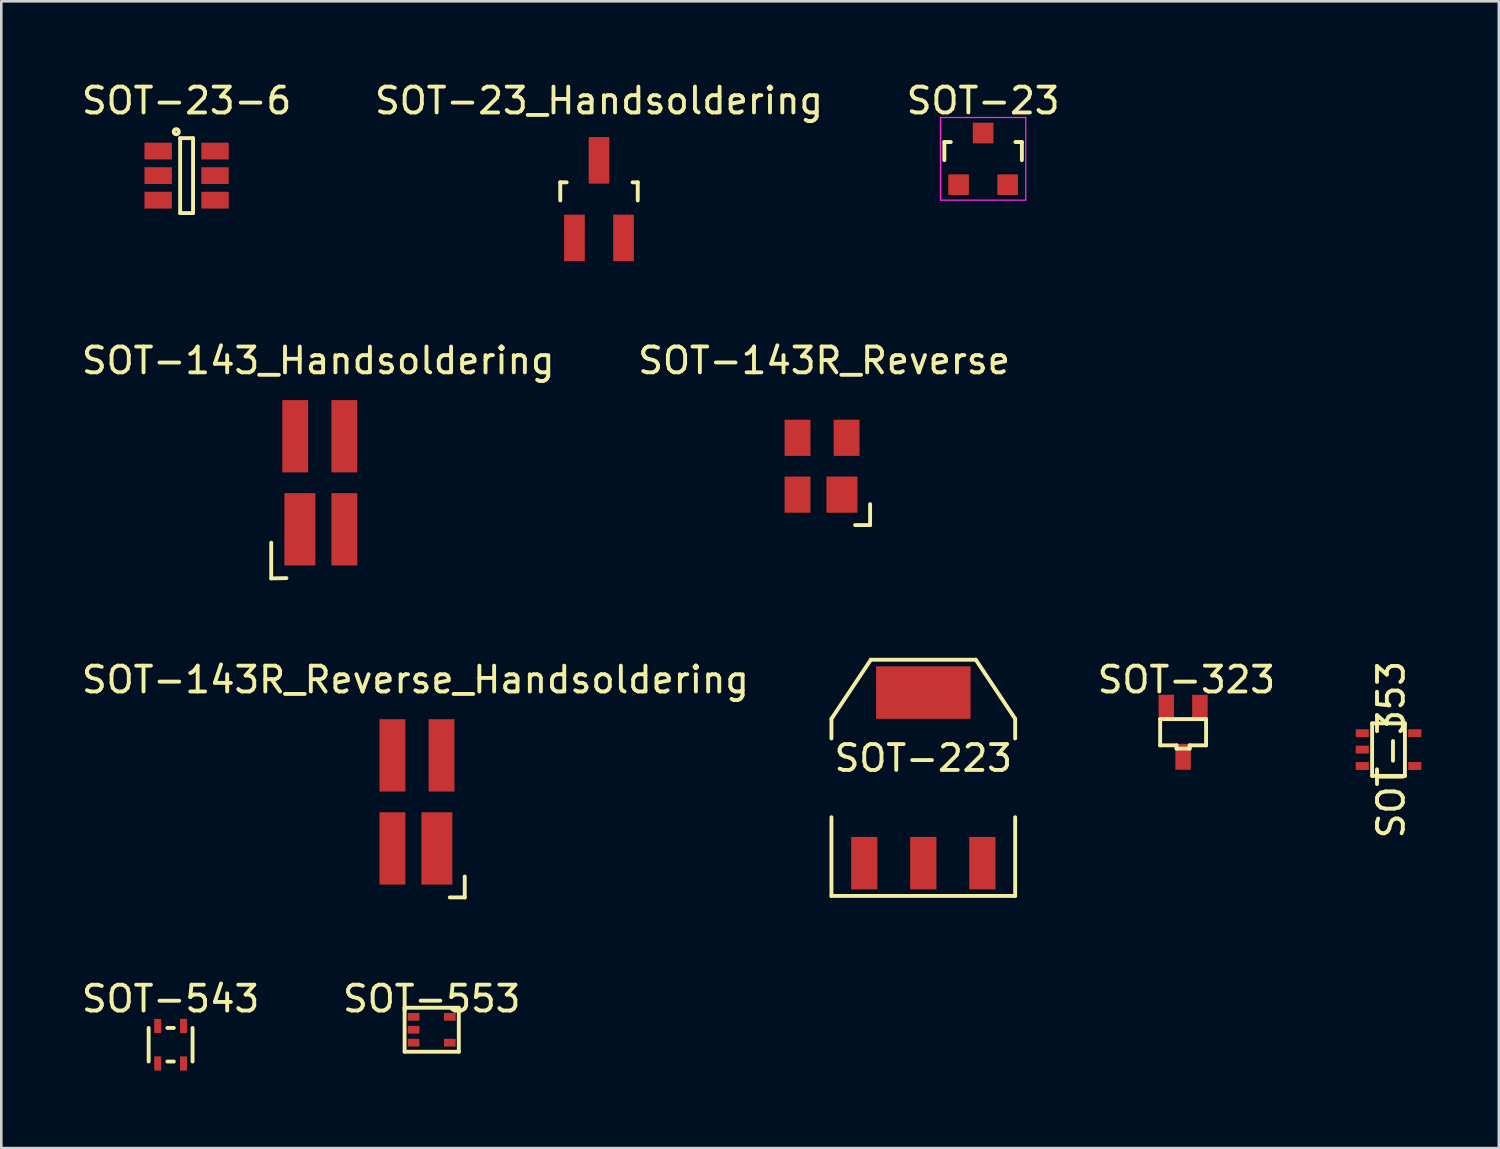
<source format=kicad_pcb>
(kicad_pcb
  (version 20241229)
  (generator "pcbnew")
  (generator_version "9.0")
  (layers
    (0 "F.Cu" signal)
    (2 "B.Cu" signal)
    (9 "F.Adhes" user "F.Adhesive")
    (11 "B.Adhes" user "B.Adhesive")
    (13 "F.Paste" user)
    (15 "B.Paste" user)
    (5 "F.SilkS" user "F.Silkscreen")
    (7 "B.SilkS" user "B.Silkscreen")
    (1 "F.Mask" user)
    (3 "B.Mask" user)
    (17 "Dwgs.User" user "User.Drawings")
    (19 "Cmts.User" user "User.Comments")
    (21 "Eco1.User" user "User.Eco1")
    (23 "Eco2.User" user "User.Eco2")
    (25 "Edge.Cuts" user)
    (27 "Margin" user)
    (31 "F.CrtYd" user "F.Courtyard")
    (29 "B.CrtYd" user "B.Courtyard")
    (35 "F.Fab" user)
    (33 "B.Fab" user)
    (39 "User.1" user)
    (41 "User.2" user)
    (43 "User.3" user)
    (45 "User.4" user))
  (footprint "SOT-23"
    (layer "F.Cu")
    (at 35.006 3.098)
    (property "Reference" "SOT-23" (at 0 -2.25 0) (layer "F.SilkS") (effects (font (size 1 1) (thickness 0.15))))
    (attr smd)
    (fp_line (start -1.5 -0.65) (end -1.251 -0.65) (stroke (width 0.15) (type solid)) (layer "F.SilkS"))
    (fp_line (start -1.5 0.051) (end -1.5 -0.65) (stroke (width 0.15) (type solid)) (layer "F.SilkS"))
    (fp_line (start 1.299 -0.65) (end 1.251 -0.65) (stroke (width 0.15) (type solid)) (layer "F.SilkS"))
    (fp_line (start 1.299 -0.65) (end 1.5 -0.65) (stroke (width 0.15) (type solid)) (layer "F.SilkS"))
    (fp_line (start 1.5 -0.65) (end 1.5 0.051) (stroke (width 0.15) (type solid)) (layer "F.SilkS"))
    (fp_line (start -1.65 -1.6) (end 1.65 -1.6) (stroke (width 0.05) (type solid)) (layer "F.CrtYd"))
    (fp_line (start -1.65 1.6) (end -1.65 -1.6) (stroke (width 0.05) (type solid)) (layer "F.CrtYd"))
    (fp_line (start 1.65 -1.6) (end 1.65 1.6) (stroke (width 0.05) (type solid)) (layer "F.CrtYd"))
    (fp_line (start 1.65 1.6) (end -1.65 1.6) (stroke (width 0.05) (type solid)) (layer "F.CrtYd"))
    (pad "1" smd rect (at -0.95 1.001) (size 0.8 0.8) (layers "F.Cu" "F.Mask" "F.Paste"))
    (pad "2" smd rect (at 0.95 1.001) (size 0.8 0.8) (layers "F.Cu" "F.Mask" "F.Paste"))
    (pad "3" smd rect (at 0 -0.998) (size 0.8 0.8) (layers "F.Cu" "F.Mask" "F.Paste")))
  (footprint "SOT-553"
    (layer "F.Cu")
    (at 13.661 36.811)
    (property "Reference" "SOT-553" (at 0 -1.199 0) (layer "F.SilkS") (effects (font (size 1 1) (thickness 0.15))))
    (attr smd)
    (fp_line (start -1.049 -0.851) (end 1.049 -0.851) (stroke (width 0.15) (type solid)) (layer "F.SilkS"))
    (fp_line (start -1.049 0.851) (end -1.049 -0.851) (stroke (width 0.15) (type solid)) (layer "F.SilkS"))
    (fp_line (start 1.049 -0.851) (end 1.049 0.851) (stroke (width 0.15) (type solid)) (layer "F.SilkS"))
    (fp_line (start 1.049 0.851) (end -1.049 0.851) (stroke (width 0.15) (type solid)) (layer "F.SilkS"))
    (pad "1" smd rect (at -0.701 -0.5) (size 0.45 0.3) (layers "F.Cu" "F.Mask" "F.Paste"))
    (pad "2" smd rect (at -0.701 0) (size 0.45 0.3) (layers "F.Cu" "F.Mask" "F.Paste"))
    (pad "3" smd rect (at -0.701 0.5) (size 0.45 0.3) (layers "F.Cu" "F.Mask" "F.Paste"))
    (pad "4" smd rect (at 0.701 0.5) (size 0.45 0.3) (layers "F.Cu" "F.Mask" "F.Paste"))
    (pad "5" smd rect (at 0.701 -0.5) (size 0.45 0.3) (layers "F.Cu" "F.Mask" "F.Paste")))
  (footprint "SOT-23_Handsoldering"
    (layer "F.Cu")
    (at 20.137 4.658)
    (property "Reference" "SOT-23_Handsoldering" (at 0 -3.81 0) (layer "F.SilkS") (effects (font (size 1 1) (thickness 0.15))))
    (attr smd)
    (fp_line (start -1.5 -0.65) (end -1.251 -0.65) (stroke (width 0.15) (type solid)) (layer "F.SilkS"))
    (fp_line (start -1.5 0.051) (end -1.5 -0.65) (stroke (width 0.15) (type solid)) (layer "F.SilkS"))
    (fp_line (start 1.299 -0.65) (end 1.5 -0.65) (stroke (width 0.15) (type solid)) (layer "F.SilkS"))
    (fp_line (start 1.5 -0.65) (end 1.5 0.051) (stroke (width 0.15) (type solid)) (layer "F.SilkS"))
    (pad "1" smd rect (at -0.95 1.501) (size 0.8 1.801) (layers "F.Cu" "F.Mask" "F.Paste"))
    (pad "2" smd rect (at 0.95 1.501) (size 0.8 1.801) (layers "F.Cu" "F.Mask" "F.Paste"))
    (pad "3" smd rect (at 0 -1.501) (size 0.8 1.801) (layers "F.Cu" "F.Mask" "F.Paste")))
  (footprint "SOT-223"
    (layer "F.Cu")
    (at 32.691 27.06)
    (property "Reference" "SOT-223" (at 0 -0.762 0) (layer "F.SilkS") (effects (font (size 1 1) (thickness 0.15))))
    (attr smd)
    (fp_line (start -3.556 -2.286) (end -2.032 -4.572) (stroke (width 0.15) (type solid)) (layer "F.SilkS"))
    (fp_line (start -3.556 -1.524) (end -3.556 -2.286) (stroke (width 0.15) (type solid)) (layer "F.SilkS"))
    (fp_line (start -3.556 1.524) (end -3.556 4.572) (stroke (width 0.15) (type solid)) (layer "F.SilkS"))
    (fp_line (start -3.556 4.572) (end 3.556 4.572) (stroke (width 0.15) (type solid)) (layer "F.SilkS"))
    (fp_line (start -2.032 -4.572) (end 2.032 -4.572) (stroke (width 0.15) (type solid)) (layer "F.SilkS"))
    (fp_line (start 2.032 -4.572) (end 3.556 -2.286) (stroke (width 0.15) (type solid)) (layer "F.SilkS"))
    (fp_line (start 3.556 -2.286) (end 3.556 -1.524) (stroke (width 0.15) (type solid)) (layer "F.SilkS"))
    (fp_line (start 3.556 4.572) (end 3.556 1.524) (stroke (width 0.15) (type solid)) (layer "F.SilkS"))
    (pad "1" smd rect (at -2.286 3.302) (size 1.016 2.032) (layers "F.Cu" "F.Mask" "F.Paste"))
    (pad "2" smd rect (at 0 3.302) (size 1.016 2.032) (layers "F.Cu" "F.Mask" "F.Paste"))
    (pad "3" smd rect (at 2.286 3.302) (size 1.016 2.032) (layers "F.Cu" "F.Mask" "F.Paste"))
    (pad "4" smd rect (at 0 -3.302) (size 3.658 2.032) (layers "F.Cu" "F.Mask" "F.Paste")))
  (footprint "SOT-143_Handsoldering"
    (layer "F.Cu")
    (at 9.329 15.638)
    (property "Reference" "SOT-143_Handsoldering" (at -0.061 -4.729 0) (layer "F.SilkS") (effects (font (size 1 1) (thickness 0.15))))
    (attr smd)
    (fp_line (start -1.88 2.319) (end -1.88 3.701) (stroke (width 0.15) (type solid)) (layer "F.SilkS"))
    (fp_line (start -1.88 3.701) (end -1.29 3.691) (stroke (width 0.15) (type solid)) (layer "F.SilkS"))
    (pad "1" smd rect (at -0.77 1.801) (size 1.199 2.799) (layers "F.Cu" "F.Mask" "F.Paste"))
    (pad "2" smd rect (at 0.95 1.801) (size 1.001 2.799) (layers "F.Cu" "F.Mask" "F.Paste"))
    (pad "3" smd rect (at 0.95 -1.801) (size 1.001 2.799) (layers "F.Cu" "F.Mask" "F.Paste"))
    (pad "4" smd trapezoid (at -0.95 -1.801) (size 1.001 2.799) (layers "F.Cu" "F.Mask" "F.Paste")))
  (footprint "SOT-353"
    (layer "F.Cu")
    (at 50.699 25.967)
    (property "Reference" "SOT-353" (at 0.099 0 90) (layer "F.SilkS") (effects (font (size 1 1) (thickness 0.15))))
    (attr smd)
    (fp_line (start -0.635 -1.016) (end -0.635 1.016) (stroke (width 0.15) (type solid)) (layer "F.SilkS"))
    (fp_line (start -0.635 1.016) (end 0.635 1.016) (stroke (width 0.15) (type solid)) (layer "F.SilkS"))
    (fp_line (start 0.635 -1.016) (end -0.635 -1.016) (stroke (width 0.15) (type solid)) (layer "F.SilkS"))
    (fp_line (start 0.635 1.016) (end 0.635 -1.016) (stroke (width 0.15) (type solid)) (layer "F.SilkS"))
    (pad "1" smd rect (at -1.016 -0.635) (size 0.508 0.305) (layers "F.Cu" "F.Mask" "F.Paste"))
    (pad "2" smd rect (at -1.016 0) (size 0.508 0.305) (layers "F.Cu" "F.Mask" "F.Paste"))
    (pad "3" smd rect (at -1.016 0.635) (size 0.508 0.305) (layers "F.Cu" "F.Mask" "F.Paste"))
    (pad "4" smd rect (at 1.016 0.635) (size 0.508 0.305) (layers "F.Cu" "F.Mask" "F.Paste"))
    (pad "5" smd rect (at 1.016 -0.635) (size 0.508 0.305) (layers "F.Cu" "F.Mask" "F.Paste")))
  (footprint "SOT-543"
    (layer "F.Cu")
    (at 3.554 37.391)
    (property "Reference" "SOT-543" (at 0 -1.778 0) (layer "F.SilkS") (effects (font (size 1 1) (thickness 0.15))))
    (attr through_hole)
    (fp_line (start -0.85 -0.65) (end -0.85 0.65) (stroke (width 0.15) (type solid)) (layer "F.SilkS"))
    (fp_line (start -0.125 -0.65) (end 0.125 -0.65) (stroke (width 0.15) (type solid)) (layer "F.SilkS"))
    (fp_line (start -0.125 0.65) (end 0.125 0.65) (stroke (width 0.15) (type solid)) (layer "F.SilkS"))
    (fp_line (start 0.85 -0.65) (end 0.85 0.65) (stroke (width 0.15) (type solid)) (layer "F.SilkS"))
    (pad "1" smd rect (at -0.5 0.725) (size 0.27 0.55) (layers "F.Cu" "F.Mask" "F.Paste"))
    (pad "2" smd rect (at 0.5 0.725) (size 0.27 0.55) (layers "F.Cu" "F.Mask" "F.Paste"))
    (pad "3" smd rect (at 0.5 -0.725) (size 0.27 0.55) (layers "F.Cu" "F.Mask" "F.Paste"))
    (pad "4" smd rect (at -0.5 -0.725) (size 0.27 0.55) (layers "F.Cu" "F.Mask" "F.Paste")))
  (footprint "SOT-323"
    (layer "F.Cu")
    (at 42.748 25.294)
    (property "Reference" "SOT-323" (at 0.127 -2.032 0) (layer "F.SilkS") (effects (font (size 1 1) (thickness 0.15))))
    (attr smd)
    (fp_line (start -0.889 -0.508) (end -0.889 0.508) (stroke (width 0.15) (type solid)) (layer "F.SilkS"))
    (fp_line (start -0.889 0.508) (end -0.254 0.508) (stroke (width 0.15) (type solid)) (layer "F.SilkS"))
    (fp_line (start -0.254 0.508) (end -0.254 0.635) (stroke (width 0.15) (type solid)) (layer "F.SilkS"))
    (fp_line (start -0.254 0.635) (end 0.254 0.635) (stroke (width 0.15) (type solid)) (layer "F.SilkS"))
    (fp_line (start 0.254 0.508) (end 0.889 0.508) (stroke (width 0.15) (type solid)) (layer "F.SilkS"))
    (fp_line (start 0.254 0.635) (end 0.254 0.508) (stroke (width 0.15) (type solid)) (layer "F.SilkS"))
    (fp_line (start 0.889 -0.508) (end -0.889 -0.508) (stroke (width 0.15) (type solid)) (layer "F.SilkS"))
    (fp_line (start 0.889 0.508) (end 0.889 -0.508) (stroke (width 0.15) (type solid)) (layer "F.SilkS"))
    (pad "1" smd rect (at 0.65 -0.95) (size 0.599 1.001) (layers "F.Cu" "F.Mask" "F.Paste"))
    (pad "2" smd rect (at -0.65 -0.95) (size 0.599 1.001) (layers "F.Cu" "F.Mask" "F.Paste"))
    (pad "3" smd rect (at 0 0.95) (size 0.599 1.001) (layers "F.Cu" "F.Mask" "F.Paste")))
  (footprint "SOT-143R_Reverse_Handsoldering"
    (layer "F.Cu")
    (at 13.091 27.991)
    (property "Reference" "SOT-143R_Reverse_Handsoldering" (at -0.061 -4.729 0) (layer "F.SilkS") (effects (font (size 1 1) (thickness 0.15))))
    (attr smd)
    (fp_line (start 1.849 2.888) (end 1.849 3.698) (stroke (width 0.15) (type solid)) (layer "F.SilkS"))
    (fp_line (start 1.849 3.698) (end 1.27 3.698) (stroke (width 0.15) (type solid)) (layer "F.SilkS"))
    (pad "1" smd rect (at 0.77 1.801) (size 1.199 2.799) (layers "F.Cu" "F.Mask" "F.Paste"))
    (pad "2" smd rect (at -0.95 1.801) (size 1.001 2.799) (layers "F.Cu" "F.Mask" "F.Paste"))
    (pad "3" smd trapezoid (at -0.95 -1.801) (size 1.001 2.799) (layers "F.Cu" "F.Mask" "F.Paste"))
    (pad "4" smd rect (at 0.95 -1.801) (size 1.001 2.799) (layers "F.Cu" "F.Mask" "F.Paste")))
  (footprint "SOT-23-6"
    (layer "F.Cu")
    (at 4.173 3.748)
    (property "Reference" "SOT-23-6" (at 0 -2.9 0) (layer "F.SilkS") (effects (font (size 1 1) (thickness 0.15))))
    (attr smd)
    (fp_line (start -0.25 -1.45) (end -0.25 1.45) (stroke (width 0.15) (type solid)) (layer "F.SilkS"))
    (fp_line (start -0.25 1.45) (end 0.25 1.45) (stroke (width 0.15) (type solid)) (layer "F.SilkS"))
    (fp_line (start 0.25 -1.45) (end -0.25 -1.45) (stroke (width 0.15) (type solid)) (layer "F.SilkS"))
    (fp_line (start 0.25 1.45) (end 0.25 -1.45) (stroke (width 0.15) (type solid)) (layer "F.SilkS"))
    (fp_circle (center -0.4 -1.7) (end -0.3 -1.7) (stroke (width 0.15) (type solid)) (fill no) (layer "F.SilkS"))
    (pad "1" smd rect (at -1.1 -0.95) (size 1.06 0.65) (layers "F.Cu" "F.Mask" "F.Paste"))
    (pad "2" smd rect (at -1.1 0) (size 1.06 0.65) (layers "F.Cu" "F.Mask" "F.Paste"))
    (pad "3" smd rect (at -1.1 0.95) (size 1.06 0.65) (layers "F.Cu" "F.Mask" "F.Paste"))
    (pad "4" smd rect (at 1.1 0.95) (size 1.06 0.65) (layers "F.Cu" "F.Mask" "F.Paste"))
    (pad "5" smd rect (at 1.1 0) (size 1.06 0.65) (layers "F.Cu" "F.Mask" "F.Paste"))
    (pad "6" smd rect (at 1.1 -0.95) (size 1.06 0.65) (layers "F.Cu" "F.Mask" "F.Paste")))
  (footprint "SOT-143R_Reverse"
    (layer "F.Cu")
    (at 28.772 14.997)
    (property "Reference" "SOT-143R_Reverse" (at 0.079 -4.089 0) (layer "F.SilkS") (effects (font (size 1 1) (thickness 0.15))))
    (attr smd)
    (fp_line (start 1.859 1.468) (end 1.859 2.278) (stroke (width 0.15) (type solid)) (layer "F.SilkS"))
    (fp_line (start 1.859 2.278) (end 1.28 2.278) (stroke (width 0.15) (type solid)) (layer "F.SilkS"))
    (pad "1" smd rect (at 0.77 1.1) (size 1.199 1.4) (layers "F.Cu" "F.Mask" "F.Paste"))
    (pad "2" smd rect (at -0.95 1.1) (size 1.001 1.4) (layers "F.Cu" "F.Mask" "F.Paste"))
    (pad "3" smd rect (at -0.95 -1.1) (size 1.001 1.4) (layers "F.Cu" "F.Mask" "F.Paste"))
    (pad "4" smd rect (at 0.95 -1.1) (size 1.001 1.4) (layers "F.Cu" "F.Mask" "F.Paste")))
  (gr_rect
    (start -3 -3)
    (end 54.969 41.391)
    (stroke (width 0.1) (type default))
    (fill no)
    (layer "Edge.Cuts")))
</source>
